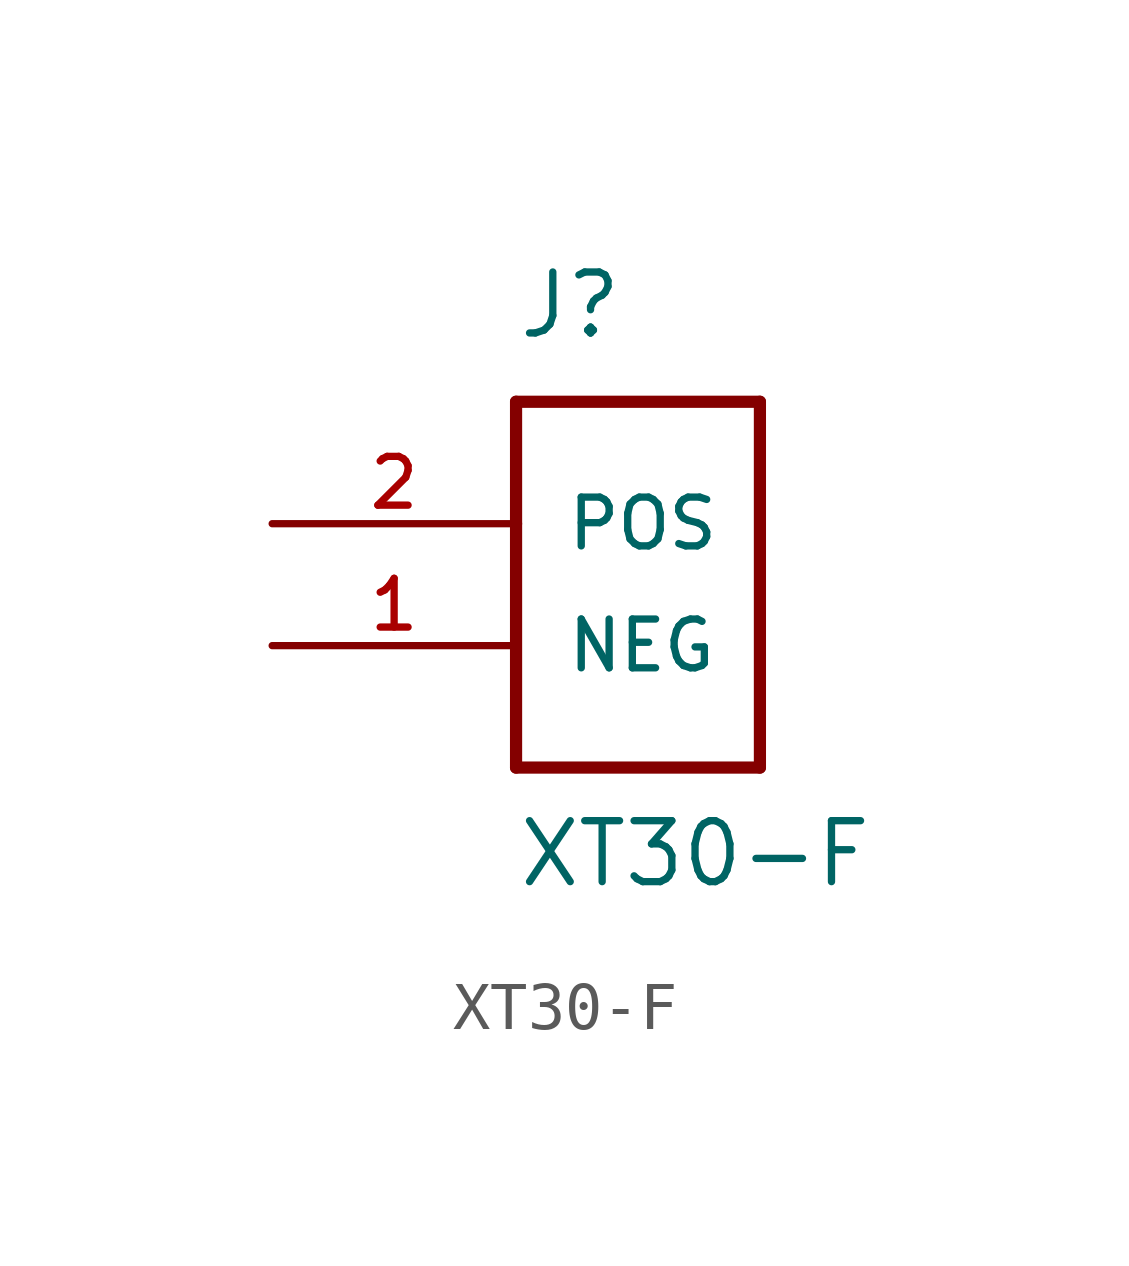
<source format=kicad_sym>
(kicad_symbol_lib
  (version 20220914)
  (generator kicad_symbol_editor)
  (symbol "XT30-F"
    (pin_names
      (offset 1.016))
    (property "Reference" "J"
      (at 0 5.08 0)
      (effects (font (size 1.27 1.27)) (justify left bottom)))
    (property "Value" "XT30-F"
      (at 0 -6.35 0)
      (effects (font (size 1.27 1.27)) (justify left bottom)))
    (symbol "XT30-F_0_0"
      (polyline (pts (xy 0 -3.81) (xy 5.08 -3.81)) (stroke (width 0.254) (type default)) (fill (type none)))
      (polyline (pts (xy 0 1.27) (xy 0 -3.81)) (stroke (width 0.254) (type default)) (fill (type none)))
      (polyline (pts (xy 0 3.81) (xy 0 1.27)) (stroke (width 0.254) (type default)) (fill (type none)))
      (polyline (pts (xy 5.08 3.81) (xy 0 3.81)) (stroke (width 0.254) (type default)) (fill (type none))))
    (symbol "XT30-F_1_0"
      (polyline (pts (xy 5.08 -3.81) (xy 5.08 3.81)) (stroke (width 0.254) (type default)) (fill (type none)))
      (pin passive line (at -5.08 -1.27 0) (length 5.08) (name "NEG" (effects (font (size 1.016 1.016)))) (number "1" (effects (font (size 1.016 1.016)))))
      (pin passive line (at -5.08 1.27 0) (length 5.08) (name "POS" (effects (font (size 1.016 1.016)))) (number "2" (effects (font (size 1.016 1.016))))))))
</source>
